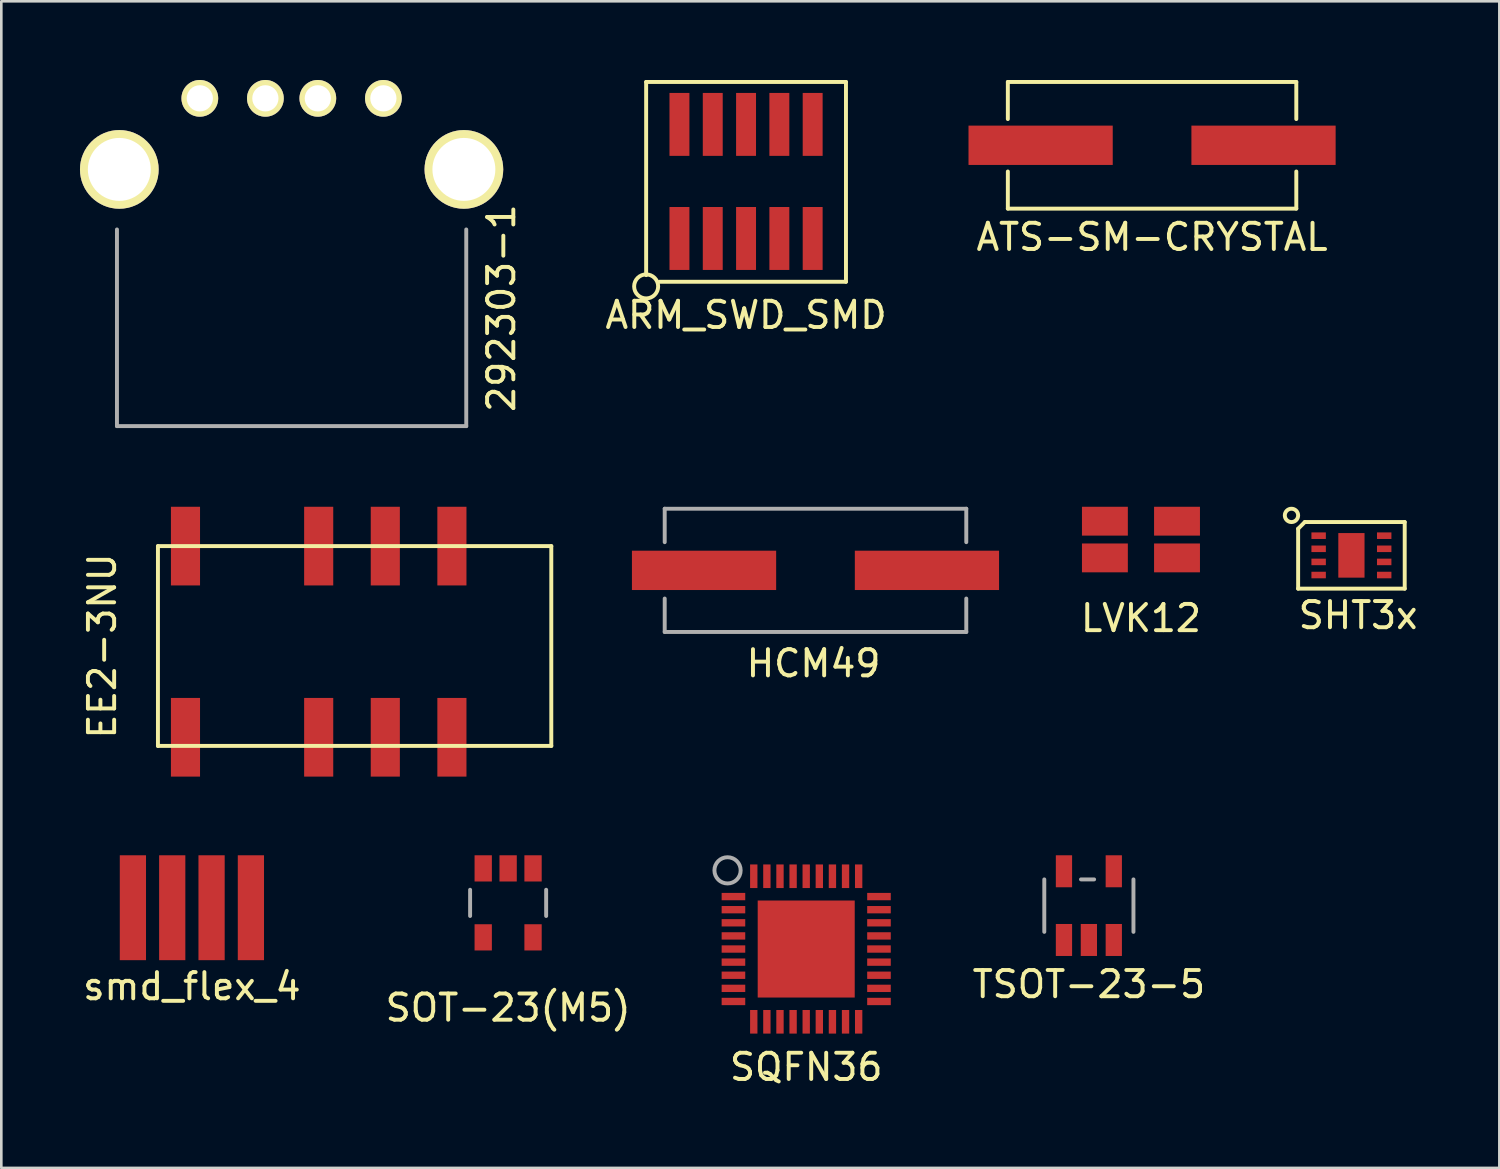
<source format=kicad_pcb>
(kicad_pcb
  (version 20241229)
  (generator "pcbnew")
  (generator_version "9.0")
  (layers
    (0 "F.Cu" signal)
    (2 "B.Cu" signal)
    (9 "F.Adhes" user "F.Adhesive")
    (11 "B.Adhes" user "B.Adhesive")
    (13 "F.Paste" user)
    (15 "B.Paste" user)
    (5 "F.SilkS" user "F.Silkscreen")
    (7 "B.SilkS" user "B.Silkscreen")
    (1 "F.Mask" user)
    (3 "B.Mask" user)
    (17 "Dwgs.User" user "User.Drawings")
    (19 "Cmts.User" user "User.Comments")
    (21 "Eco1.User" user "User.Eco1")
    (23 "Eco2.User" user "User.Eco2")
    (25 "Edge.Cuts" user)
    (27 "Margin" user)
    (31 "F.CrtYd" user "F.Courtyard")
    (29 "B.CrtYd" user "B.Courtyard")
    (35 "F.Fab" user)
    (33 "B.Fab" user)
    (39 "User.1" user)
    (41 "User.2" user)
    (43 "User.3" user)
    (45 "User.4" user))
  (footprint "ATS-SM-CRYSTAL"
    (layer "F.Cu")
    (at 40.883 2.49)
    (property "Reference" "ATS-SM-CRYSTAL" (at 0 3.5 0) (layer "F.SilkS") (effects (font (size 1 1) (thickness 0.15))))
    (attr through_hole)
    (fp_line (start -5.5 -2.415) (end -5.5 -1) (stroke (width 0.15) (type solid)) (layer "F.SilkS"))
    (fp_line (start -5.5 -2.415) (end 5.5 -2.415) (stroke (width 0.15) (type solid)) (layer "F.SilkS"))
    (fp_line (start -5.5 2.415) (end -5.5 1) (stroke (width 0.15) (type solid)) (layer "F.SilkS"))
    (fp_line (start -5.5 2.415) (end 5.5 2.415) (stroke (width 0.15) (type solid)) (layer "F.SilkS"))
    (fp_line (start 5.5 -1) (end 5.5 -2.415) (stroke (width 0.15) (type solid)) (layer "F.SilkS"))
    (fp_line (start 5.5 1) (end 5.5 2.415) (stroke (width 0.15) (type solid)) (layer "F.SilkS"))
    (pad "1" smd rect (at 4.25 0) (size 5.5 1.5) (layers "F.Cu" "F.Mask" "F.Paste"))
    (pad "2" smd rect (at -4.25 0) (size 5.5 1.5) (layers "F.Cu" "F.Mask" "F.Paste")))
  (footprint "smd_flex_4"
    (layer "F.Cu")
    (at 4.268 31.565)
    (property "Reference" "smd_flex_4" (at 0 3 0) (layer "F.SilkS") (effects (font (size 1 1) (thickness 0.15))))
    (attr through_hole)
    (pad "1" smd rect (at -2.25 0) (size 1 4) (layers "F.Cu" "F.Mask" "F.Paste"))
    (pad "2" smd rect (at -0.75 0) (size 1 4) (layers "F.Cu" "F.Mask" "F.Paste"))
    (pad "3" smd rect (at 0.75 0) (size 1 4) (layers "F.Cu" "F.Mask" "F.Paste"))
    (pad "4" smd rect (at 2.25 0) (size 1 4) (layers "F.Cu" "F.Mask" "F.Paste")))
  (footprint "292303-1"
    (layer "F.Cu")
    (at 8.07 0.7)
    (property "Reference" "292303-1" (at 8 8 270) (layer "F.SilkS") (effects (font (size 1 1) (thickness 0.15))))
    (attr through_hole)
    (fp_line (start -6.66 12.5) (end -6.66 5) (stroke (width 0.15) (type solid)) (layer "F.Fab"))
    (fp_line (start 6.66 5) (end 6.66 12.5) (stroke (width 0.15) (type solid)) (layer "F.Fab"))
    (fp_line (start 6.66 12.5) (end -6.66 12.5) (stroke (width 0.15) (type solid)) (layer "F.Fab"))
    (pad "1" thru_hole circle (at -3.5 0) (size 1.4 1.4) (drill 1) (layers "*.Cu" "*.Mask" "F.SilkS"))
    (pad "2" thru_hole circle (at -1 0) (size 1.4 1.4) (drill 1) (layers "*.Cu" "*.Mask" "F.SilkS"))
    (pad "3" thru_hole circle (at 1 0) (size 1.4 1.4) (drill 1) (layers "*.Cu" "*.Mask" "F.SilkS"))
    (pad "4" thru_hole circle (at 3.5 0) (size 1.4 1.4) (drill 1) (layers "*.Cu" "*.Mask" "F.SilkS"))
    (pad "5" thru_hole circle (at -6.57 2.71) (size 3 3) (drill 2.4) (layers "*.Cu" "*.Mask" "F.SilkS"))
    (pad "5" thru_hole circle (at 6.57 2.71) (size 3 3) (drill 2.4) (layers "*.Cu" "*.Mask" "F.SilkS")))
  (footprint "SQFN36"
    (layer "F.Cu")
    (at 27.694 33.14)
    (property "Reference" "SQFN36" (at 0 4.5 0) (layer "F.SilkS") (effects (font (size 1 1) (thickness 0.15))))
    (attr through_hole)
    (fp_circle (center -3 -3) (end -3 -2.5) (stroke (width 0.15) (type solid)) (fill no) (layer "F.Fab"))
    (pad "1" smd rect (at -2.775 -2 90) (size 0.28 0.9) (layers "F.Cu" "F.Mask" "F.Paste"))
    (pad "2" smd rect (at -2.775 -1.5 90) (size 0.28 0.9) (layers "F.Cu" "F.Mask" "F.Paste"))
    (pad "3" smd rect (at -2.775 -1 90) (size 0.28 0.9) (layers "F.Cu" "F.Mask" "F.Paste"))
    (pad "4" smd rect (at -2.775 -0.5 90) (size 0.28 0.9) (layers "F.Cu" "F.Mask" "F.Paste"))
    (pad "5" smd rect (at -2.775 0 90) (size 0.28 0.9) (layers "F.Cu" "F.Mask" "F.Paste"))
    (pad "6" smd rect (at -2.775 0.5 90) (size 0.28 0.9) (layers "F.Cu" "F.Mask" "F.Paste"))
    (pad "7" smd rect (at -2.775 1 90) (size 0.28 0.9) (layers "F.Cu" "F.Mask" "F.Paste"))
    (pad "8" smd rect (at -2.775 1.5 90) (size 0.28 0.9) (layers "F.Cu" "F.Mask" "F.Paste"))
    (pad "9" smd rect (at -2.775 2 90) (size 0.28 0.9) (layers "F.Cu" "F.Mask" "F.Paste"))
    (pad "10" smd rect (at -2 2.775) (size 0.28 0.9) (layers "F.Cu" "F.Mask" "F.Paste"))
    (pad "11" smd rect (at -1.5 2.775) (size 0.28 0.9) (layers "F.Cu" "F.Mask" "F.Paste"))
    (pad "12" smd rect (at -1 2.775) (size 0.28 0.9) (layers "F.Cu" "F.Mask" "F.Paste"))
    (pad "13" smd rect (at -0.5 2.775) (size 0.28 0.9) (layers "F.Cu" "F.Mask" "F.Paste"))
    (pad "14" smd rect (at 0 2.775) (size 0.28 0.9) (layers "F.Cu" "F.Mask" "F.Paste"))
    (pad "15" smd rect (at 0.5 2.775) (size 0.28 0.9) (layers "F.Cu" "F.Mask" "F.Paste"))
    (pad "16" smd rect (at 1 2.775) (size 0.28 0.9) (layers "F.Cu" "F.Mask" "F.Paste"))
    (pad "17" smd rect (at 1.5 2.775) (size 0.28 0.9) (layers "F.Cu" "F.Mask" "F.Paste"))
    (pad "18" smd rect (at 2 2.775) (size 0.28 0.9) (layers "F.Cu" "F.Mask" "F.Paste"))
    (pad "19" smd rect (at 2.775 2 90) (size 0.28 0.9) (layers "F.Cu" "F.Mask" "F.Paste"))
    (pad "20" smd rect (at 2.775 1.5 90) (size 0.28 0.9) (layers "F.Cu" "F.Mask" "F.Paste"))
    (pad "21" smd rect (at 2.775 1 90) (size 0.28 0.9) (layers "F.Cu" "F.Mask" "F.Paste"))
    (pad "22" smd rect (at 2.775 0.5 90) (size 0.28 0.9) (layers "F.Cu" "F.Mask" "F.Paste"))
    (pad "23" smd rect (at 2.775 0 90) (size 0.28 0.9) (layers "F.Cu" "F.Mask" "F.Paste"))
    (pad "24" smd rect (at 2.775 -0.5 90) (size 0.28 0.9) (layers "F.Cu" "F.Mask" "F.Paste"))
    (pad "25" smd rect (at 2.775 -1 90) (size 0.28 0.9) (layers "F.Cu" "F.Mask" "F.Paste"))
    (pad "26" smd rect (at 2.775 -1.5 90) (size 0.28 0.9) (layers "F.Cu" "F.Mask" "F.Paste"))
    (pad "27" smd rect (at 2.775 -2 90) (size 0.28 0.9) (layers "F.Cu" "F.Mask" "F.Paste"))
    (pad "28" smd rect (at 2 -2.775) (size 0.28 0.9) (layers "F.Cu" "F.Mask" "F.Paste"))
    (pad "29" smd rect (at 1.5 -2.775) (size 0.28 0.9) (layers "F.Cu" "F.Mask" "F.Paste"))
    (pad "30" smd rect (at 1 -2.775) (size 0.28 0.9) (layers "F.Cu" "F.Mask" "F.Paste"))
    (pad "31" smd rect (at 0.5 -2.775) (size 0.28 0.9) (layers "F.Cu" "F.Mask" "F.Paste"))
    (pad "32" smd rect (at 0 -2.775) (size 0.28 0.9) (layers "F.Cu" "F.Mask" "F.Paste"))
    (pad "33" smd rect (at -0.5 -2.775) (size 0.28 0.9) (layers "F.Cu" "F.Mask" "F.Paste"))
    (pad "34" smd rect (at -1 -2.775) (size 0.28 0.9) (layers "F.Cu" "F.Mask" "F.Paste"))
    (pad "35" smd rect (at -1.5 -2.775) (size 0.28 0.9) (layers "F.Cu" "F.Mask" "F.Paste"))
    (pad "36" smd rect (at -2 -2.775) (size 0.28 0.9) (layers "F.Cu" "F.Mask" "F.Paste"))
    (pad "37" smd rect (at 0 0) (size 3.7 3.7) (layers "F.Cu" "F.Mask" "F.Paste")))
  (footprint "SOT-23(M5)"
    (layer "F.Cu")
    (at 16.327 31.38)
    (property "Reference" "SOT-23(M5)" (at 0 4 0) (layer "F.SilkS") (effects (font (size 1 1) (thickness 0.15))))
    (attr through_hole)
    (fp_line (start -1.45 -0.5) (end -1.45 0.5) (stroke (width 0.15) (type solid)) (layer "F.Fab"))
    (fp_line (start 1.45 -0.5) (end 1.45 0.5) (stroke (width 0.15) (type solid)) (layer "F.Fab"))
    (pad "1" smd rect (at 0.95 -1.315) (size 0.66 1) (layers "F.Cu" "F.Mask" "F.Paste"))
    (pad "2" smd rect (at 0 -1.315) (size 0.66 1) (layers "F.Cu" "F.Mask" "F.Paste"))
    (pad "3" smd rect (at -0.95 -1.315) (size 0.66 1) (layers "F.Cu" "F.Mask" "F.Paste"))
    (pad "4" smd rect (at -0.95 1.315) (size 0.66 1) (layers "F.Cu" "F.Mask" "F.Paste"))
    (pad "5" smd rect (at 0.95 1.315) (size 0.66 1) (layers "F.Cu" "F.Mask" "F.Paste")))
  (footprint "TSOT-23-5"
    (layer "F.Cu")
    (at 38.473 31.485)
    (property "Reference" "TSOT-23-5" (at 0 3 0) (layer "F.SilkS") (effects (font (size 1 1) (thickness 0.15))))
    (attr through_hole)
    (fp_line (start -1.7 1) (end -1.7 -1) (stroke (width 0.15) (type solid)) (layer "F.Fab"))
    (fp_line (start -0.3 -1) (end 0.2 -1) (stroke (width 0.15) (type solid)) (layer "F.Fab"))
    (fp_line (start 1.7 -1) (end 1.7 1) (stroke (width 0.15) (type solid)) (layer "F.Fab"))
    (pad "1" smd rect (at -0.95 1.31) (size 0.62 1.22) (layers "F.Cu" "F.Mask" "F.Paste"))
    (pad "2" smd rect (at 0 1.31) (size 0.62 1.22) (layers "F.Cu" "F.Mask" "F.Paste"))
    (pad "3" smd rect (at 0.95 1.31) (size 0.62 1.22) (layers "F.Cu" "F.Mask" "F.Paste"))
    (pad "4" smd rect (at 0.95 -1.31) (size 0.62 1.22) (layers "F.Cu" "F.Mask" "F.Paste"))
    (pad "5" smd rect (at -0.95 -1.31) (size 0.62 1.22) (layers "F.Cu" "F.Mask" "F.Paste")))
  (footprint "ARM_SWD_SMD"
    (layer "F.Cu")
    (at 25.4 3.885)
    (property "Reference" "ARM_SWD_SMD" (at 0 5.08 0) (layer "F.SilkS") (effects (font (size 1 1) (thickness 0.15))))
    (attr through_hole)
    (fp_line (start -3.81 -3.81) (end -3.81 3.556) (stroke (width 0.15) (type solid)) (layer "F.SilkS"))
    (fp_line (start -3.81 -3.81) (end 3.81 -3.81) (stroke (width 0.15) (type solid)) (layer "F.SilkS"))
    (fp_line (start 3.81 -3.81) (end 3.81 3.81) (stroke (width 0.15) (type solid)) (layer "F.SilkS"))
    (fp_line (start 3.81 3.81) (end -3.302 3.81) (stroke (width 0.15) (type solid)) (layer "F.SilkS"))
    (fp_circle (center -3.81 3.987) (end -4.064 4.368) (stroke (width 0.15) (type solid)) (fill no) (layer "F.SilkS"))
    (pad "1" smd rect (at -2.54 2.159) (size 0.76 2.4) (layers "F.Cu" "F.Mask" "F.Paste"))
    (pad "2" smd rect (at -2.54 -2.191) (size 0.76 2.4) (layers "F.Cu" "F.Mask" "F.Paste"))
    (pad "3" smd rect (at -1.27 2.159) (size 0.76 2.4) (layers "F.Cu" "F.Mask" "F.Paste"))
    (pad "4" smd rect (at -1.27 -2.191) (size 0.76 2.4) (layers "F.Cu" "F.Mask" "F.Paste"))
    (pad "5" smd rect (at 0 2.159) (size 0.76 2.4) (layers "F.Cu" "F.Mask" "F.Paste"))
    (pad "6" smd rect (at 0 -2.191) (size 0.76 2.4) (layers "F.Cu" "F.Mask" "F.Paste"))
    (pad "7" smd rect (at 1.27 2.159) (size 0.76 2.4) (layers "F.Cu" "F.Mask" "F.Paste"))
    (pad "8" smd rect (at 1.27 -2.191) (size 0.76 2.4) (layers "F.Cu" "F.Mask" "F.Paste"))
    (pad "9" smd rect (at 2.54 2.159) (size 0.76 2.4) (layers "F.Cu" "F.Mask" "F.Paste"))
    (pad "10" smd rect (at 2.54 -2.191) (size 0.76 2.4) (layers "F.Cu" "F.Mask" "F.Paste")))
  (footprint "EE2-3NU"
    (layer "F.Cu")
    (at 10.373 21.585)
    (property "Reference" "EE2-3NU" (at -9.525 0 90) (layer "F.SilkS") (effects (font (size 1 1) (thickness 0.15))))
    (attr through_hole)
    (fp_line (start -7.4 -3.81) (end -7.4 3.81) (stroke (width 0.15) (type solid)) (layer "F.SilkS"))
    (fp_line (start -7.4 -3.81) (end 7.6 -3.81) (stroke (width 0.15) (type solid)) (layer "F.SilkS"))
    (fp_line (start -7.4 3.81) (end 7.6 3.81) (stroke (width 0.15) (type solid)) (layer "F.SilkS"))
    (fp_line (start 7.6 -3.81) (end 7.6 3.81) (stroke (width 0.15) (type solid)) (layer "F.SilkS"))
    (pad "1" smd rect (at -6.35 -3.81) (size 1.11 3) (layers "F.Cu" "F.Mask" "F.Paste"))
    (pad "3" smd rect (at -1.27 -3.81) (size 1.11 3) (layers "F.Cu" "F.Mask" "F.Paste"))
    (pad "4" smd rect (at 1.27 -3.81) (size 1.11 3) (layers "F.Cu" "F.Mask" "F.Paste"))
    (pad "5" smd rect (at 3.81 -3.81) (size 1.11 3) (layers "F.Cu" "F.Mask" "F.Paste"))
    (pad "8" smd rect (at 3.81 3.48) (size 1.11 3) (layers "F.Cu" "F.Mask" "F.Paste"))
    (pad "9" smd rect (at 1.27 3.48) (size 1.11 3) (layers "F.Cu" "F.Mask" "F.Paste"))
    (pad "10" smd rect (at -1.27 3.48) (size 1.11 3) (layers "F.Cu" "F.Mask" "F.Paste"))
    (pad "12" smd rect (at -6.35 3.48) (size 1.11 3) (layers "F.Cu" "F.Mask" "F.Paste")))
  (footprint "LVK12"
    (layer "F.Cu")
    (at 40.459 17.525)
    (property "Reference" "LVK12" (at 0 3 0) (layer "F.SilkS") (effects (font (size 1 1) (thickness 0.15))))
    (attr through_hole)
    (pad "1" smd rect (at -1.375 0.7) (size 1.75 1.1) (layers "F.Cu" "F.Mask" "F.Paste"))
    (pad "2" smd rect (at 1.375 0.7) (size 1.75 1.1) (layers "F.Cu" "F.Mask" "F.Paste"))
    (pad "3" smd rect (at 1.375 -0.7) (size 1.75 1.1) (layers "F.Cu" "F.Mask" "F.Paste"))
    (pad "4" smd rect (at -1.375 -0.7) (size 1.75 1.1) (layers "F.Cu" "F.Mask" "F.Paste")))
  (footprint "SHT3x"
    (layer "F.Cu")
    (at 48.485 18.128)
    (property "Reference" "SHT3x" (at 0.254 2.286 0) (layer "F.SilkS") (effects (font (size 1 1) (thickness 0.15))))
    (attr through_hole)
    (fp_line (start -2.032 -1.016) (end -2.032 1.27) (stroke (width 0.15) (type solid)) (layer "F.SilkS"))
    (fp_line (start -2.032 1.27) (end 2.032 1.27) (stroke (width 0.15) (type solid)) (layer "F.SilkS"))
    (fp_line (start -1.778 -1.27) (end -2.032 -1.016) (stroke (width 0.15) (type solid)) (layer "F.SilkS"))
    (fp_line (start 2.032 -1.27) (end -1.778 -1.27) (stroke (width 0.15) (type solid)) (layer "F.SilkS"))
    (fp_line (start 2.032 1.27) (end 2.032 -1.27) (stroke (width 0.15) (type solid)) (layer "F.SilkS"))
    (fp_circle (center -2.286 -1.524) (end -2.032 -1.524) (stroke (width 0.15) (type solid)) (fill no) (layer "F.SilkS"))
    (pad "" smd rect (at 0 0) (size 1 1.7) (layers "F.Cu" "F.Mask" "F.Paste"))
    (pad "1" smd rect (at -1.25 -0.75) (size 0.55 0.25) (layers "F.Cu" "F.Mask" "F.Paste"))
    (pad "2" smd rect (at -1.25 -0.25) (size 0.55 0.25) (layers "F.Cu" "F.Mask" "F.Paste"))
    (pad "3" smd rect (at -1.25 0.25) (size 0.55 0.25) (layers "F.Cu" "F.Mask" "F.Paste"))
    (pad "4" smd rect (at -1.25 0.75) (size 0.55 0.25) (layers "F.Cu" "F.Mask" "F.Paste"))
    (pad "5" smd rect (at 1.25 0.75) (size 0.55 0.25) (layers "F.Cu" "F.Mask" "F.Paste"))
    (pad "6" smd rect (at 1.25 0.25) (size 0.55 0.25) (layers "F.Cu" "F.Mask" "F.Paste"))
    (pad "7" smd rect (at 1.25 -0.25) (size 0.55 0.25) (layers "F.Cu" "F.Mask" "F.Paste"))
    (pad "8" smd rect (at 1.25 -0.75) (size 0.55 0.25) (layers "F.Cu" "F.Mask" "F.Paste")))
  (footprint "HCM49"
    (layer "F.Cu")
    (at 28.048 18.7)
    (property "Reference" "HCM49" (at -0.075 3.55 0) (layer "F.SilkS") (effects (font (size 1 1) (thickness 0.15))))
    (attr through_hole)
    (fp_line (start -5.75 -2.35) (end -5.75 -1.075) (stroke (width 0.15) (type solid)) (layer "F.Fab"))
    (fp_line (start -5.75 2.35) (end -5.75 1.075) (stroke (width 0.15) (type solid)) (layer "F.Fab"))
    (fp_line (start 5.75 -2.35) (end -5.75 -2.35) (stroke (width 0.15) (type solid)) (layer "F.Fab"))
    (fp_line (start 5.75 -2.35) (end 5.75 -1.075) (stroke (width 0.15) (type solid)) (layer "F.Fab"))
    (fp_line (start 5.75 2.35) (end -5.75 2.35) (stroke (width 0.15) (type solid)) (layer "F.Fab"))
    (fp_line (start 5.75 2.35) (end 5.75 1.075) (stroke (width 0.15) (type solid)) (layer "F.Fab"))
    (pad "1" smd rect (at -4.25 0) (size 5.5 1.5) (layers "F.Cu" "F.Mask" "F.Paste"))
    (pad "2" smd rect (at 4.25 0) (size 5.5 1.5) (layers "F.Cu" "F.Mask" "F.Paste")))
  (gr_rect
    (start -3 -3)
    (end 54.126 41.488)
    (stroke (width 0.1) (type default))
    (fill no)
    (layer "Edge.Cuts")))
</source>
